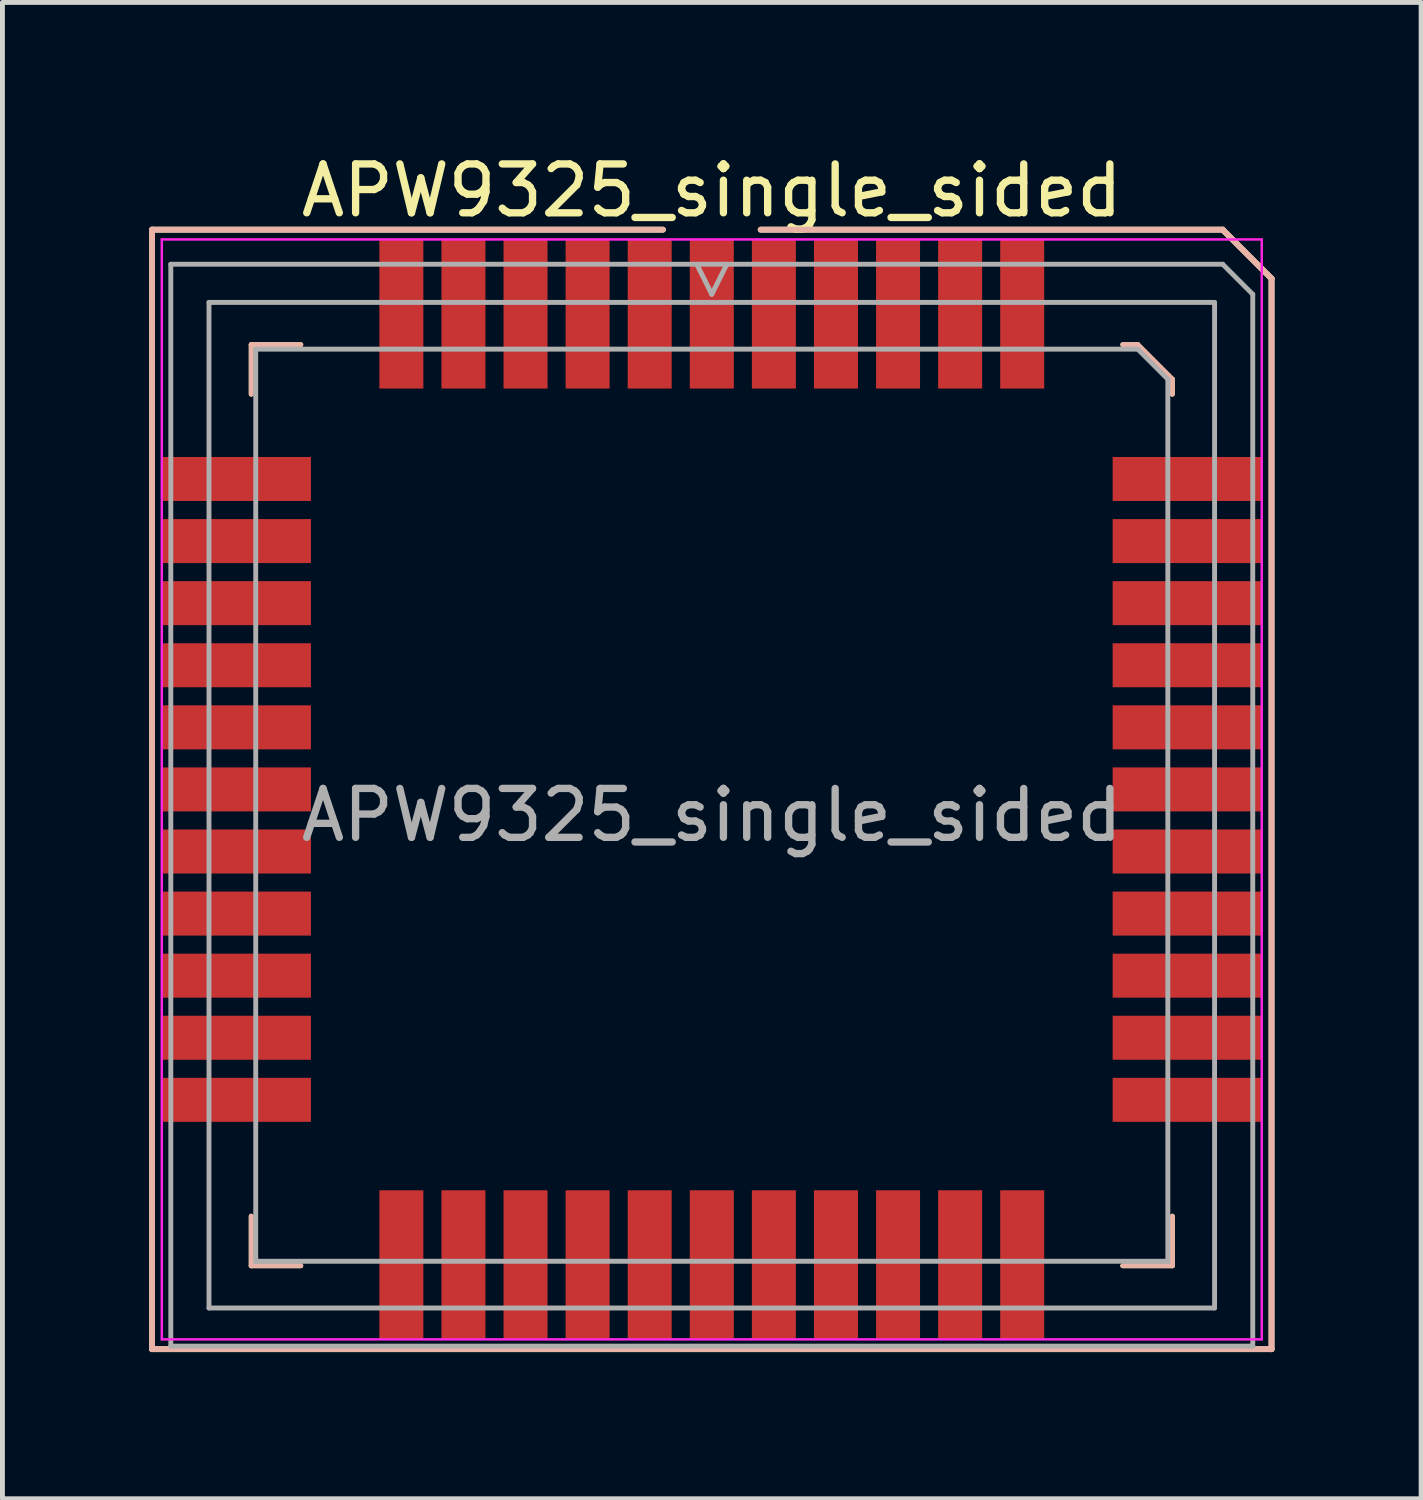
<source format=kicad_pcb>
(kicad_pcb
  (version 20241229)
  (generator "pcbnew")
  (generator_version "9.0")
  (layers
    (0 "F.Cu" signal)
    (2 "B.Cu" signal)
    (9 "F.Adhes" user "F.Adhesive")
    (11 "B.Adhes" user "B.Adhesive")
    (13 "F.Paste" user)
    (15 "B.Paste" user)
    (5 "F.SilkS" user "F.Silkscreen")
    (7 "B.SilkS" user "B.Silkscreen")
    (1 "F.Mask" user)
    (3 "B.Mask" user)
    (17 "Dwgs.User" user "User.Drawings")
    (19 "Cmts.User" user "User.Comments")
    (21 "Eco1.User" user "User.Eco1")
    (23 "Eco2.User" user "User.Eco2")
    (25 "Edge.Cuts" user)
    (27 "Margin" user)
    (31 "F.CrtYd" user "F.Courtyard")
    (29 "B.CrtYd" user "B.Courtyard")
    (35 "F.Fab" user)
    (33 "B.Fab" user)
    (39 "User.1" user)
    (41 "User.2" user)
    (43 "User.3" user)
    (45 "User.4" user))
  (footprint "APW9325_single_sided"
    (layer "F.Cu")
    (at 11.51 13.098)
    (property "Reference" "APW9325_single_sided" (at 0 -12.25 180) (layer "F.SilkS") (effects (font (size 1 1) (thickness 0.15))))
    (attr smd)
    (fp_line (start -11.45 -11.45) (end -1 -11.45) (stroke (width 0.12) (type solid)) (layer "F.SilkS"))
    (fp_line (start -11.45 11.45) (end -11.45 -11.45) (stroke (width 0.12) (type solid)) (layer "F.SilkS"))
    (fp_line (start -9.421 -9.098) (end -9.421 -8.084) (stroke (width 0.1) (type solid)) (layer "F.SilkS"))
    (fp_line (start -9.421 9.744) (end -9.421 8.73) (stroke (width 0.1) (type solid)) (layer "F.SilkS"))
    (fp_line (start -8.407 -9.098) (end -9.421 -9.098) (stroke (width 0.1) (type solid)) (layer "F.SilkS"))
    (fp_line (start -8.407 9.744) (end -9.421 9.744) (stroke (width 0.1) (type solid)) (layer "F.SilkS"))
    (fp_line (start 1 -11.45) (end 10.45 -11.45) (stroke (width 0.12) (type solid)) (layer "F.SilkS"))
    (fp_line (start 8.407 -9.098) (end 8.714 -9.098) (stroke (width 0.1) (type solid)) (layer "F.SilkS"))
    (fp_line (start 8.407 9.744) (end 9.421 9.744) (stroke (width 0.1) (type solid)) (layer "F.SilkS"))
    (fp_line (start 8.714 -9.098) (end 9.421 -8.391) (stroke (width 0.1) (type solid)) (layer "F.SilkS"))
    (fp_line (start 9.421 -8.391) (end 9.421 -8.084) (stroke (width 0.1) (type solid)) (layer "F.SilkS"))
    (fp_line (start 9.421 9.744) (end 9.421 8.73) (stroke (width 0.1) (type solid)) (layer "F.SilkS"))
    (fp_line (start 10.45 -11.45) (end 11.45 -10.45) (stroke (width 0.12) (type solid)) (layer "F.SilkS"))
    (fp_line (start 11.45 -10.45) (end 11.45 11.45) (stroke (width 0.12) (type solid)) (layer "F.SilkS"))
    (fp_line (start 11.45 11.45) (end -11.45 11.45) (stroke (width 0.12) (type solid)) (layer "F.SilkS"))
    (fp_line (start -11.45 -11.45) (end -1 -11.45) (stroke (width 0.12) (type solid)) (layer "B.SilkS"))
    (fp_line (start -11.45 11.45) (end -11.45 -11.45) (stroke (width 0.12) (type solid)) (layer "B.SilkS"))
    (fp_line (start -9.421 -9.098) (end -9.421 -8.084) (stroke (width 0.1) (type solid)) (layer "B.SilkS"))
    (fp_line (start -9.421 9.744) (end -9.421 8.73) (stroke (width 0.1) (type solid)) (layer "B.SilkS"))
    (fp_line (start -8.407 -9.098) (end -9.421 -9.098) (stroke (width 0.1) (type solid)) (layer "B.SilkS"))
    (fp_line (start -8.407 9.744) (end -9.421 9.744) (stroke (width 0.1) (type solid)) (layer "B.SilkS"))
    (fp_line (start 1 -11.45) (end 10.45 -11.45) (stroke (width 0.12) (type solid)) (layer "B.SilkS"))
    (fp_line (start 8.407 -9.098) (end 8.714 -9.098) (stroke (width 0.1) (type solid)) (layer "B.SilkS"))
    (fp_line (start 8.407 9.744) (end 9.421 9.744) (stroke (width 0.1) (type solid)) (layer "B.SilkS"))
    (fp_line (start 8.714 -9.098) (end 9.421 -8.391) (stroke (width 0.1) (type solid)) (layer "B.SilkS"))
    (fp_line (start 9.421 -8.391) (end 9.421 -8.084) (stroke (width 0.1) (type solid)) (layer "B.SilkS"))
    (fp_line (start 9.421 9.744) (end 9.421 8.73) (stroke (width 0.1) (type solid)) (layer "B.SilkS"))
    (fp_line (start 10.45 -11.45) (end 11.45 -10.45) (stroke (width 0.12) (type solid)) (layer "B.SilkS"))
    (fp_line (start 11.45 -10.45) (end 11.45 11.45) (stroke (width 0.12) (type solid)) (layer "B.SilkS"))
    (fp_line (start 11.45 11.45) (end -11.45 11.45) (stroke (width 0.12) (type solid)) (layer "B.SilkS"))
    (fp_line (start -11.25 -11.25) (end 11.25 -11.25) (stroke (width 0.05) (type solid)) (layer "F.CrtYd"))
    (fp_line (start -11.25 11.25) (end -11.25 -11.25) (stroke (width 0.05) (type solid)) (layer "F.CrtYd"))
    (fp_line (start 11.25 -11.25) (end 11.25 11.25) (stroke (width 0.05) (type solid)) (layer "F.CrtYd"))
    (fp_line (start 11.25 11.25) (end -11.25 11.25) (stroke (width 0.05) (type solid)) (layer "F.CrtYd"))
    (fp_line (start -11.066 -10.743) (end 10.451 -10.743) (stroke (width 0.1) (type solid)) (layer "F.Fab"))
    (fp_line (start -11.066 11.388) (end -11.066 -10.743) (stroke (width 0.1) (type solid)) (layer "F.Fab"))
    (fp_line (start -10.285 -9.962) (end 10.285 -9.962) (stroke (width 0.1) (type solid)) (layer "F.Fab"))
    (fp_line (start -10.285 10.608) (end -10.285 -9.962) (stroke (width 0.1) (type solid)) (layer "F.Fab"))
    (fp_line (start -9.329 -9.006) (end 8.714 -9.006) (stroke (width 0.1) (type solid)) (layer "F.Fab"))
    (fp_line (start -9.329 9.652) (end -9.329 -9.006) (stroke (width 0.1) (type solid)) (layer "F.Fab"))
    (fp_line (start 0 -10.128) (end -0.307 -10.743) (stroke (width 0.1) (type solid)) (layer "F.Fab"))
    (fp_line (start 0.307 -10.743) (end 0 -10.128) (stroke (width 0.1) (type solid)) (layer "F.Fab"))
    (fp_line (start 8.714 -9.006) (end 9.329 -8.391) (stroke (width 0.1) (type solid)) (layer "F.Fab"))
    (fp_line (start 9.329 -8.391) (end 9.329 9.652) (stroke (width 0.1) (type solid)) (layer "F.Fab"))
    (fp_line (start 9.329 9.652) (end -9.329 9.652) (stroke (width 0.1) (type solid)) (layer "F.Fab"))
    (fp_line (start 10.285 -9.962) (end 10.285 10.608) (stroke (width 0.1) (type solid)) (layer "F.Fab"))
    (fp_line (start 10.285 10.608) (end -10.285 10.608) (stroke (width 0.1) (type solid)) (layer "F.Fab"))
    (fp_line (start 10.451 -10.743) (end 11.066 -10.128) (stroke (width 0.1) (type solid)) (layer "F.Fab"))
    (fp_line (start 11.066 -10.128) (end 11.066 11.388) (stroke (width 0.1) (type solid)) (layer "F.Fab"))
    (fp_line (start 11.066 11.388) (end -11.066 11.388) (stroke (width 0.1) (type solid)) (layer "F.Fab"))
    (fp_text user "${REFERENCE}" (at 0 0.525 180) (layer "F.Fab") (effects (font (size 1 1) (thickness 0.15))))
    (pad "1" smd rect (at 0 -9.725) (size 0.9 3.05) (layers "F.Cu" "F.Mask" "F.Paste"))
    (pad "2" smd rect (at 1.27 -9.725) (size 0.9 3.05) (layers "F.Cu" "F.Mask" "F.Paste"))
    (pad "3" smd rect (at 2.54 -9.725) (size 0.9 3.05) (layers "F.Cu" "F.Mask" "F.Paste"))
    (pad "4" smd rect (at 3.81 -9.725) (size 0.9 3.05) (layers "F.Cu" "F.Mask" "F.Paste"))
    (pad "5" smd rect (at 5.08 -9.725) (size 0.9 3.05) (layers "F.Cu" "F.Mask" "F.Paste"))
    (pad "6" smd rect (at 6.35 -9.725) (size 0.9 3.05) (layers "F.Cu" "F.Mask" "F.Paste"))
    (pad "7" smd rect (at 9.725 -6.35) (size 3.05 0.9) (layers "F.Cu" "F.Mask" "F.Paste"))
    (pad "8" smd rect (at 9.725 -5.08) (size 3.05 0.9) (layers "F.Cu" "F.Mask" "F.Paste"))
    (pad "9" smd rect (at 9.725 -3.81) (size 3.05 0.9) (layers "F.Cu" "F.Mask" "F.Paste"))
    (pad "10" smd rect (at 9.725 -2.54) (size 3.05 0.9) (layers "F.Cu" "F.Mask" "F.Paste"))
    (pad "11" smd rect (at 9.725 -1.27) (size 3.05 0.9) (layers "F.Cu" "F.Mask" "F.Paste"))
    (pad "12" smd rect (at 9.725 0) (size 3.05 0.9) (layers "F.Cu" "F.Mask" "F.Paste"))
    (pad "13" smd rect (at 9.725 1.27) (size 3.05 0.9) (layers "F.Cu" "F.Mask" "F.Paste"))
    (pad "14" smd rect (at 9.725 2.54) (size 3.05 0.9) (layers "F.Cu" "F.Mask" "F.Paste"))
    (pad "15" smd rect (at 9.725 3.81) (size 3.05 0.9) (layers "F.Cu" "F.Mask" "F.Paste"))
    (pad "16" smd rect (at 9.725 5.08) (size 3.05 0.9) (layers "F.Cu" "F.Mask" "F.Paste"))
    (pad "17" smd rect (at 9.725 6.35) (size 3.05 0.9) (layers "F.Cu" "F.Mask" "F.Paste"))
    (pad "18" smd rect (at 6.35 9.725) (size 0.9 3.05) (layers "F.Cu" "F.Mask" "F.Paste"))
    (pad "19" smd rect (at 5.08 9.725) (size 0.9 3.05) (layers "F.Cu" "F.Mask" "F.Paste"))
    (pad "20" smd rect (at 3.81 9.725) (size 0.9 3.05) (layers "F.Cu" "F.Mask" "F.Paste"))
    (pad "21" smd rect (at 2.54 9.725) (size 0.9 3.05) (layers "F.Cu" "F.Mask" "F.Paste"))
    (pad "22" smd rect (at 1.27 9.725) (size 0.9 3.05) (layers "F.Cu" "F.Mask" "F.Paste"))
    (pad "23" smd rect (at 0 9.725) (size 0.9 3.05) (layers "F.Cu" "F.Mask" "F.Paste"))
    (pad "24" smd rect (at -1.27 9.725) (size 0.9 3.05) (layers "F.Cu" "F.Mask" "F.Paste"))
    (pad "25" smd rect (at -2.54 9.725) (size 0.9 3.05) (layers "F.Cu" "F.Mask" "F.Paste"))
    (pad "26" smd rect (at -3.81 9.725) (size 0.9 3.05) (layers "F.Cu" "F.Mask" "F.Paste"))
    (pad "27" smd rect (at -5.08 9.725) (size 0.9 3.05) (layers "F.Cu" "F.Mask" "F.Paste"))
    (pad "28" smd rect (at -6.35 9.725) (size 0.9 3.05) (layers "F.Cu" "F.Mask" "F.Paste"))
    (pad "29" smd rect (at -9.725 6.35) (size 3.05 0.9) (layers "F.Cu" "F.Mask" "F.Paste"))
    (pad "30" smd rect (at -9.725 5.08) (size 3.05 0.9) (layers "F.Cu" "F.Mask" "F.Paste"))
    (pad "31" smd rect (at -9.725 3.81) (size 3.05 0.9) (layers "F.Cu" "F.Mask" "F.Paste"))
    (pad "32" smd rect (at -9.725 2.54) (size 3.05 0.9) (layers "F.Cu" "F.Mask" "F.Paste"))
    (pad "33" smd rect (at -9.725 1.27) (size 3.05 0.9) (layers "F.Cu" "F.Mask" "F.Paste"))
    (pad "34" smd rect (at -9.725 0) (size 3.05 0.9) (layers "F.Cu" "F.Mask" "F.Paste"))
    (pad "35" smd rect (at -9.725 -1.27) (size 3.05 0.9) (layers "F.Cu" "F.Mask" "F.Paste"))
    (pad "36" smd rect (at -9.725 -2.54) (size 3.05 0.9) (layers "F.Cu" "F.Mask" "F.Paste"))
    (pad "37" smd rect (at -9.725 -3.81) (size 3.05 0.9) (layers "F.Cu" "F.Mask" "F.Paste"))
    (pad "38" smd rect (at -9.725 -5.08) (size 3.05 0.9) (layers "F.Cu" "F.Mask" "F.Paste"))
    (pad "39" smd rect (at -9.725 -6.35) (size 3.05 0.9) (layers "F.Cu" "F.Mask" "F.Paste"))
    (pad "40" smd rect (at -6.35 -9.725) (size 0.9 3.05) (layers "F.Cu" "F.Mask" "F.Paste"))
    (pad "41" smd rect (at -5.08 -9.725) (size 0.9 3.05) (layers "F.Cu" "F.Mask" "F.Paste"))
    (pad "42" smd rect (at -3.81 -9.725) (size 0.9 3.05) (layers "F.Cu" "F.Mask" "F.Paste"))
    (pad "43" smd rect (at -2.54 -9.725) (size 0.9 3.05) (layers "F.Cu" "F.Mask" "F.Paste"))
    (pad "44" smd rect (at -1.27 -9.725) (size 0.9 3.05) (layers "F.Cu" "F.Mask" "F.Paste")))
  (gr_rect
    (start -3 -3)
    (end 26.02 27.608)
    (stroke (width 0.1) (type default))
    (fill no)
    (layer "Edge.Cuts")))
</source>
